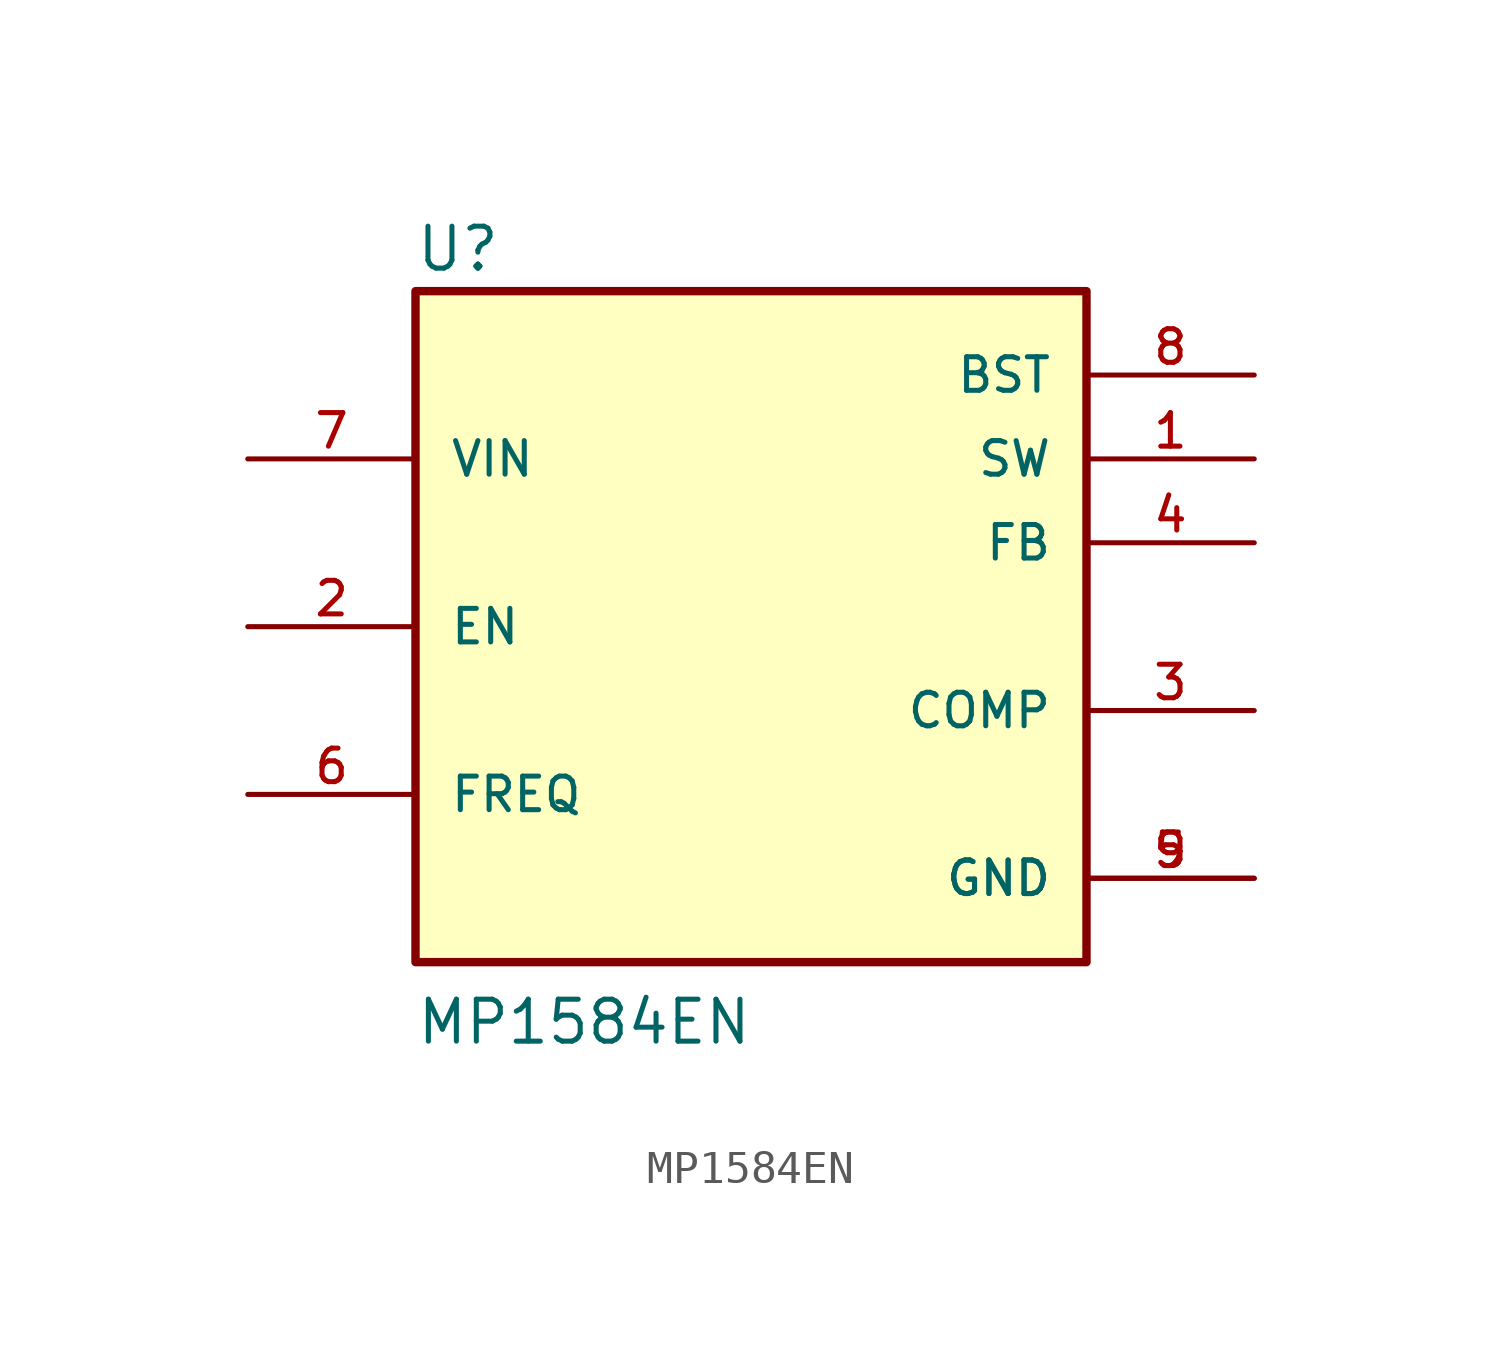
<source format=kicad_sym>
(kicad_symbol_lib
  (version 20220914)
  (generator kicad_symbol_editor)
  (symbol "MP1584EN"
    (pin_names
      (offset 1.016))
    (property "Reference" "U"
      (at -10.185 0.534 0)
      (effects (font (size 1.27 1.27)) (justify left bottom)))
    (property "Value" "MP1584EN"
      (at -10.172 -22.875 0)
      (effects (font (size 1.27 1.27)) (justify left bottom)))
    (symbol "MP1584EN_0_0"
      (rectangle (start -10.16 0) (end 10.16 -20.32) (stroke (width 0.254) (type default)) (fill (type background)))
      (pin output line (at 15.24 -5.08 180) (length 5.08) (name "SW" (effects (font (size 1.016 1.016)))) (number "1" (effects (font (size 1.016 1.016)))))
      (pin input line (at -15.24 -10.16 0) (length 5.08) (name "EN" (effects (font (size 1.016 1.016)))) (number "2" (effects (font (size 1.016 1.016)))))
      (pin output line (at 15.24 -12.7 180) (length 5.08) (name "COMP" (effects (font (size 1.016 1.016)))) (number "3" (effects (font (size 1.016 1.016)))))
      (pin input line (at 15.24 -7.62 180) (length 5.08) (name "FB" (effects (font (size 1.016 1.016)))) (number "4" (effects (font (size 1.016 1.016)))))
      (pin power_in line (at 15.24 -17.78 180) (length 5.08) (name "GND" (effects (font (size 1.016 1.016)))) (number "5" (effects (font (size 1.016 1.016)))))
      (pin input line (at -15.24 -15.24 0) (length 5.08) (name "FREQ" (effects (font (size 1.016 1.016)))) (number "6" (effects (font (size 1.016 1.016)))))
      (pin input line (at -15.24 -5.08 0) (length 5.08) (name "VIN" (effects (font (size 1.016 1.016)))) (number "7" (effects (font (size 1.016 1.016)))))
      (pin passive line (at 15.24 -2.54 180) (length 5.08) (name "BST" (effects (font (size 1.016 1.016)))) (number "8" (effects (font (size 1.016 1.016)))))
      (pin power_in line (at 15.24 -17.78 180) (length 5.08) (name "GND" (effects (font (size 1.016 1.016)))) (number "9" (effects (font (size 1.016 1.016))))))))
</source>
